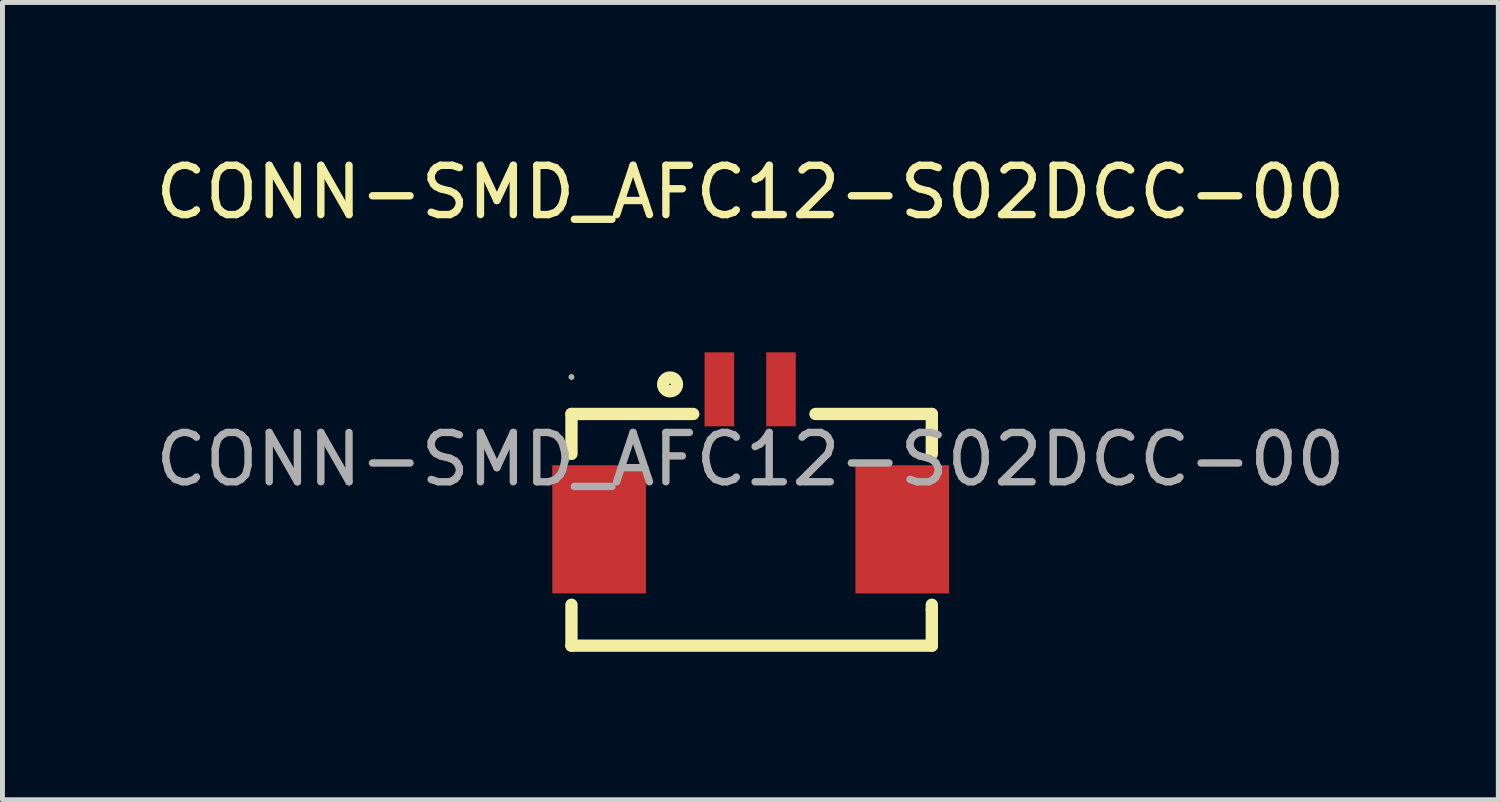
<source format=kicad_pcb>
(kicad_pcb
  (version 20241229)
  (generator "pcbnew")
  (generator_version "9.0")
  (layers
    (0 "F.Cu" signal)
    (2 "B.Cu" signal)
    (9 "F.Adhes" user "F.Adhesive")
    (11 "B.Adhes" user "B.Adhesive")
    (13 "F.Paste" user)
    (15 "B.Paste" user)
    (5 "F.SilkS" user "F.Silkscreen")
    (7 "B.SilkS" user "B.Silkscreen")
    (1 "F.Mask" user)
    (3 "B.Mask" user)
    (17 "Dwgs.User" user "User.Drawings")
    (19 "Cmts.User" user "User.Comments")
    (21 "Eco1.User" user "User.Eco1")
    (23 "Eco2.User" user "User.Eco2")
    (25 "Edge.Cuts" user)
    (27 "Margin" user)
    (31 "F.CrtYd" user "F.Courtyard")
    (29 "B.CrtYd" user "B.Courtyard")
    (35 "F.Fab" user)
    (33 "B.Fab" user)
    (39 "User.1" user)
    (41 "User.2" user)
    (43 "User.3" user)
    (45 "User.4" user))
  (footprint "CONN-SMD_AFC12-S02DCC-00"
    (layer "F.Cu")
    (at 12.173 6.268)
    (property "Reference" "CONN-SMD_AFC12-S02DCC-00" (at 0 -5.42 0) (layer "F.SilkS") (effects (font (size 1 1) (thickness 0.15))))
    (attr smd)
    (fp_line (start -3.63 -0.92) (end -1.16 -0.92) (stroke (width 0.25) (type solid)) (layer "F.SilkS"))
    (fp_line (start -3.63 -0.11) (end -3.63 -0.92) (stroke (width 0.25) (type solid)) (layer "F.SilkS"))
    (fp_line (start -3.63 3.78) (end -3.63 2.95) (stroke (width 0.25) (type solid)) (layer "F.SilkS"))
    (fp_line (start -3.63 3.78) (end 3.68 3.78) (stroke (width 0.25) (type solid)) (layer "F.SilkS"))
    (fp_line (start 3.68 -0.92) (end 1.32 -0.92) (stroke (width 0.25) (type solid)) (layer "F.SilkS"))
    (fp_line (start 3.68 -0.11) (end 3.68 -0.92) (stroke (width 0.25) (type solid)) (layer "F.SilkS"))
    (fp_line (start 3.68 3.05) (end 3.68 2.95) (stroke (width 0.25) (type solid)) (layer "F.SilkS"))
    (fp_line (start 3.68 3.05) (end 3.68 3.78) (stroke (width 0.25) (type solid)) (layer "F.SilkS"))
    (fp_circle (center -1.63 -1.52) (end -1.49 -1.52) (stroke (width 0.25) (type solid)) (fill no) (layer "F.SilkS"))
    (fp_circle (center -3.63 -1.67) (end -3.6 -1.67) (stroke (width 0.06) (type solid)) (fill no) (layer "F.Fab"))
    (fp_text user "${REFERENCE}" (at 0 0 0) (layer "F.Fab") (effects (font (size 1 1) (thickness 0.15))))
    (pad "1" smd rect (at -0.63 -1.42) (size 0.6 1.5) (layers "F.Cu" "F.Mask" "F.Paste"))
    (pad "2" smd rect (at 0.62 -1.42) (size 0.6 1.5) (layers "F.Cu" "F.Mask" "F.Paste"))
    (pad "3" smd rect (at 3.08 1.42) (size 1.9 2.6) (layers "F.Cu" "F.Mask" "F.Paste"))
    (pad "4" smd rect (at -3.07 1.42) (size 1.9 2.6) (layers "F.Cu" "F.Mask" "F.Paste")))
  (gr_rect
    (start -3 -3)
    (end 27.345 13.173)
    (stroke (width 0.1) (type default))
    (fill no)
    (layer "Edge.Cuts")))
</source>
